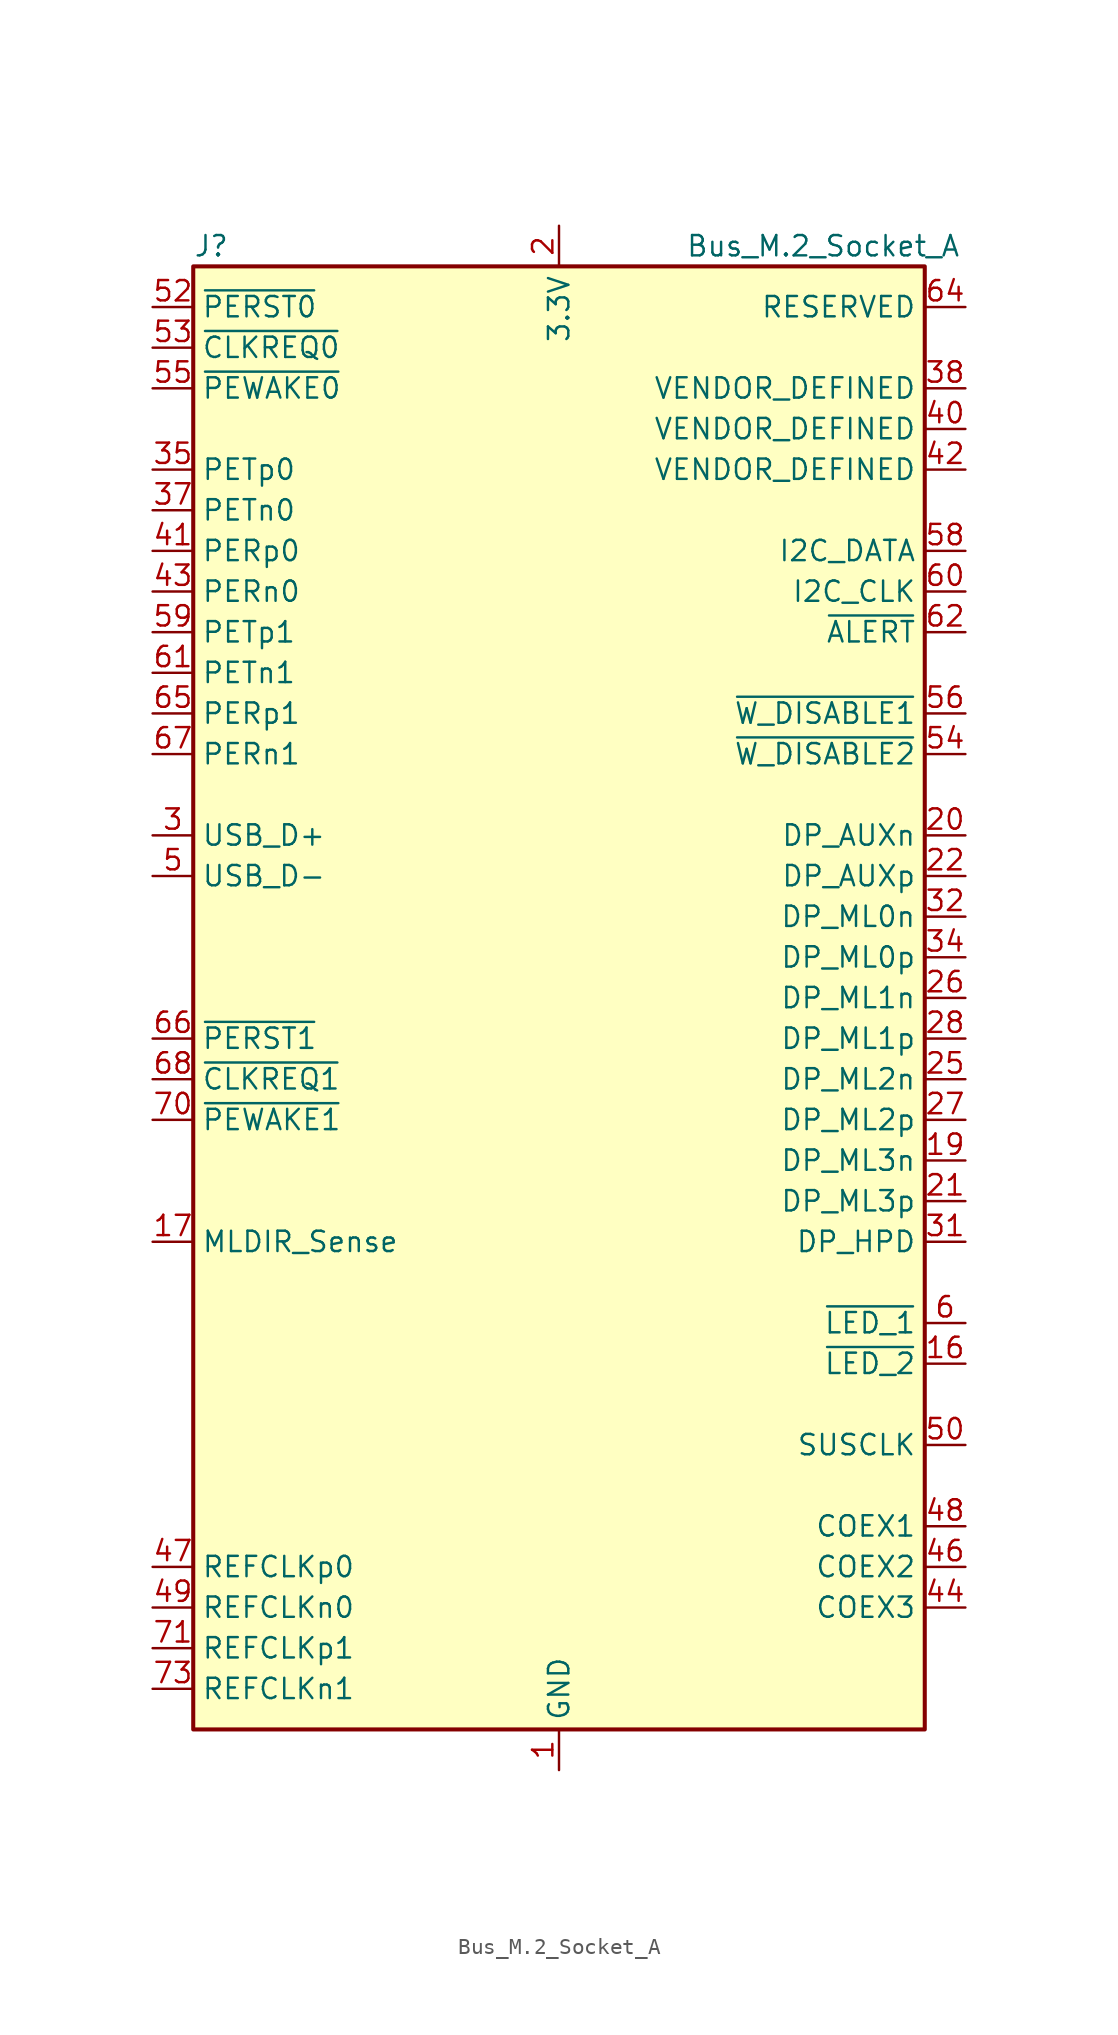
<source format=kicad_sym>
(kicad_symbol_lib
  (version 20220914)
  (generator kicad_symbol_editor)
  (symbol "Bus_M.2_Socket_A"
    (property "Reference" "J"
      (at -22.86 46.99 0)
      (effects (font (size 1.27 1.27)) (justify left)))
    (property "Value" "Bus_M.2_Socket_A"
      (at 16.51 46.99 0)
      (effects (font (size 1.27 1.27))))
    (symbol "Bus_M.2_Socket_A_0_1"
      (rectangle (start -22.86 45.72) (end 22.86 -45.72) (stroke (width 0.254) (type default)) (fill (type background))))
    (symbol "Bus_M.2_Socket_A_1_1"
      (pin power_in line (at 0 -48.26 90) (length 2.54) (name "GND" (effects (font (size 1.27 1.27)))) (number "1" (effects (font (size 1.27 1.27)))))
      (pin open_collector line (at 25.4 -22.86 180) (length 2.54) (name "~{LED_2}" (effects (font (size 1.27 1.27)))) (number "16" (effects (font (size 1.27 1.27)))))
      (pin input line (at -25.4 -15.24 0) (length 2.54) (name "MLDIR_Sense" (effects (font (size 1.27 1.27)))) (number "17" (effects (font (size 1.27 1.27)))))
      (pin passive line (at 0 -48.26 90) (length 2.54) hide (name "GND" (effects (font (size 1.27 1.27)))) (number "18" (effects (font (size 1.27 1.27)))))
      (pin bidirectional line (at 25.4 -10.16 180) (length 2.54) (name "DP_ML3n" (effects (font (size 1.27 1.27)))) (number "19" (effects (font (size 1.27 1.27)))))
      (pin power_in line (at 0 48.26 270) (length 2.54) (name "3.3V" (effects (font (size 1.27 1.27)))) (number "2" (effects (font (size 1.27 1.27)))))
      (pin bidirectional line (at 25.4 10.16 180) (length 2.54) (name "DP_AUXn" (effects (font (size 1.27 1.27)))) (number "20" (effects (font (size 1.27 1.27)))))
      (pin bidirectional line (at 25.4 -12.7 180) (length 2.54) (name "DP_ML3p" (effects (font (size 1.27 1.27)))) (number "21" (effects (font (size 1.27 1.27)))))
      (pin bidirectional line (at 25.4 7.62 180) (length 2.54) (name "DP_AUXp" (effects (font (size 1.27 1.27)))) (number "22" (effects (font (size 1.27 1.27)))))
      (pin passive line (at 0 -48.26 90) (length 2.54) hide (name "GND" (effects (font (size 1.27 1.27)))) (number "23" (effects (font (size 1.27 1.27)))))
      (pin passive line (at 0 -48.26 90) (length 2.54) hide (name "GND" (effects (font (size 1.27 1.27)))) (number "24" (effects (font (size 1.27 1.27)))))
      (pin bidirectional line (at 25.4 -5.08 180) (length 2.54) (name "DP_ML2n" (effects (font (size 1.27 1.27)))) (number "25" (effects (font (size 1.27 1.27)))))
      (pin bidirectional line (at 25.4 0 180) (length 2.54) (name "DP_ML1n" (effects (font (size 1.27 1.27)))) (number "26" (effects (font (size 1.27 1.27)))))
      (pin bidirectional line (at 25.4 -7.62 180) (length 2.54) (name "DP_ML2p" (effects (font (size 1.27 1.27)))) (number "27" (effects (font (size 1.27 1.27)))))
      (pin bidirectional line (at 25.4 -2.54 180) (length 2.54) (name "DP_ML1p" (effects (font (size 1.27 1.27)))) (number "28" (effects (font (size 1.27 1.27)))))
      (pin passive line (at 0 -48.26 90) (length 2.54) hide (name "GND" (effects (font (size 1.27 1.27)))) (number "29" (effects (font (size 1.27 1.27)))))
      (pin bidirectional line (at -25.4 10.16 0) (length 2.54) (name "USB_D+" (effects (font (size 1.27 1.27)))) (number "3" (effects (font (size 1.27 1.27)))))
      (pin passive line (at 0 -48.26 90) (length 2.54) hide (name "GND" (effects (font (size 1.27 1.27)))) (number "30" (effects (font (size 1.27 1.27)))))
      (pin bidirectional line (at 25.4 -15.24 180) (length 2.54) (name "DP_HPD" (effects (font (size 1.27 1.27)))) (number "31" (effects (font (size 1.27 1.27)))))
      (pin bidirectional line (at 25.4 5.08 180) (length 2.54) (name "DP_ML0n" (effects (font (size 1.27 1.27)))) (number "32" (effects (font (size 1.27 1.27)))))
      (pin passive line (at 0 -48.26 90) (length 2.54) hide (name "GND" (effects (font (size 1.27 1.27)))) (number "33" (effects (font (size 1.27 1.27)))))
      (pin bidirectional line (at 25.4 2.54 180) (length 2.54) (name "DP_ML0p" (effects (font (size 1.27 1.27)))) (number "34" (effects (font (size 1.27 1.27)))))
      (pin output line (at -25.4 33.02 0) (length 2.54) (name "PETp0" (effects (font (size 1.27 1.27)))) (number "35" (effects (font (size 1.27 1.27)))))
      (pin passive line (at 0 -48.26 90) (length 2.54) hide (name "GND" (effects (font (size 1.27 1.27)))) (number "36" (effects (font (size 1.27 1.27)))))
      (pin output line (at -25.4 30.48 0) (length 2.54) (name "PETn0" (effects (font (size 1.27 1.27)))) (number "37" (effects (font (size 1.27 1.27)))))
      (pin passive line (at 25.4 38.1 180) (length 2.54) (name "VENDOR_DEFINED" (effects (font (size 1.27 1.27)))) (number "38" (effects (font (size 1.27 1.27)))))
      (pin passive line (at 0 -48.26 90) (length 2.54) hide (name "GND" (effects (font (size 1.27 1.27)))) (number "39" (effects (font (size 1.27 1.27)))))
      (pin passive line (at 0 48.26 270) (length 2.54) hide (name "3.3V" (effects (font (size 1.27 1.27)))) (number "4" (effects (font (size 1.27 1.27)))))
      (pin passive line (at 25.4 35.56 180) (length 2.54) (name "VENDOR_DEFINED" (effects (font (size 1.27 1.27)))) (number "40" (effects (font (size 1.27 1.27)))))
      (pin input line (at -25.4 27.94 0) (length 2.54) (name "PERp0" (effects (font (size 1.27 1.27)))) (number "41" (effects (font (size 1.27 1.27)))))
      (pin passive line (at 25.4 33.02 180) (length 2.54) (name "VENDOR_DEFINED" (effects (font (size 1.27 1.27)))) (number "42" (effects (font (size 1.27 1.27)))))
      (pin input line (at -25.4 25.4 0) (length 2.54) (name "PERn0" (effects (font (size 1.27 1.27)))) (number "43" (effects (font (size 1.27 1.27)))))
      (pin bidirectional line (at 25.4 -38.1 180) (length 2.54) (name "COEX3" (effects (font (size 1.27 1.27)))) (number "44" (effects (font (size 1.27 1.27)))))
      (pin passive line (at 0 -48.26 90) (length 2.54) hide (name "GND" (effects (font (size 1.27 1.27)))) (number "45" (effects (font (size 1.27 1.27)))))
      (pin bidirectional line (at 25.4 -35.56 180) (length 2.54) (name "COEX2" (effects (font (size 1.27 1.27)))) (number "46" (effects (font (size 1.27 1.27)))))
      (pin output line (at -25.4 -35.56 0) (length 2.54) (name "REFCLKp0" (effects (font (size 1.27 1.27)))) (number "47" (effects (font (size 1.27 1.27)))))
      (pin bidirectional line (at 25.4 -33.02 180) (length 2.54) (name "COEX1" (effects (font (size 1.27 1.27)))) (number "48" (effects (font (size 1.27 1.27)))))
      (pin output line (at -25.4 -38.1 0) (length 2.54) (name "REFCLKn0" (effects (font (size 1.27 1.27)))) (number "49" (effects (font (size 1.27 1.27)))))
      (pin bidirectional line (at -25.4 7.62 0) (length 2.54) (name "USB_D-" (effects (font (size 1.27 1.27)))) (number "5" (effects (font (size 1.27 1.27)))))
      (pin output line (at 25.4 -27.94 180) (length 2.54) (name "SUSCLK" (effects (font (size 1.27 1.27)))) (number "50" (effects (font (size 1.27 1.27)))))
      (pin passive line (at 0 -48.26 90) (length 2.54) hide (name "GND" (effects (font (size 1.27 1.27)))) (number "51" (effects (font (size 1.27 1.27)))))
      (pin output line (at -25.4 43.18 0) (length 2.54) (name "~{PERST0}" (effects (font (size 1.27 1.27)))) (number "52" (effects (font (size 1.27 1.27)))))
      (pin bidirectional line (at -25.4 40.64 0) (length 2.54) (name "~{CLKREQ0}" (effects (font (size 1.27 1.27)))) (number "53" (effects (font (size 1.27 1.27)))))
      (pin output line (at 25.4 15.24 180) (length 2.54) (name "~{W_DISABLE2}" (effects (font (size 1.27 1.27)))) (number "54" (effects (font (size 1.27 1.27)))))
      (pin bidirectional line (at -25.4 38.1 0) (length 2.54) (name "~{PEWAKE0}" (effects (font (size 1.27 1.27)))) (number "55" (effects (font (size 1.27 1.27)))))
      (pin output line (at 25.4 17.78 180) (length 2.54) (name "~{W_DISABLE1}" (effects (font (size 1.27 1.27)))) (number "56" (effects (font (size 1.27 1.27)))))
      (pin passive line (at 0 -48.26 90) (length 2.54) hide (name "GND" (effects (font (size 1.27 1.27)))) (number "57" (effects (font (size 1.27 1.27)))))
      (pin bidirectional line (at 25.4 27.94 180) (length 2.54) (name "I2C_DATA" (effects (font (size 1.27 1.27)))) (number "58" (effects (font (size 1.27 1.27)))))
      (pin output line (at -25.4 22.86 0) (length 2.54) (name "PETp1" (effects (font (size 1.27 1.27)))) (number "59" (effects (font (size 1.27 1.27)))))
      (pin open_collector line (at 25.4 -20.32 180) (length 2.54) (name "~{LED_1}" (effects (font (size 1.27 1.27)))) (number "6" (effects (font (size 1.27 1.27)))))
      (pin output line (at 25.4 25.4 180) (length 2.54) (name "I2C_CLK" (effects (font (size 1.27 1.27)))) (number "60" (effects (font (size 1.27 1.27)))))
      (pin output line (at -25.4 20.32 0) (length 2.54) (name "PETn1" (effects (font (size 1.27 1.27)))) (number "61" (effects (font (size 1.27 1.27)))))
      (pin input line (at 25.4 22.86 180) (length 2.54) (name "~{ALERT}" (effects (font (size 1.27 1.27)))) (number "62" (effects (font (size 1.27 1.27)))))
      (pin passive line (at 0 -48.26 90) (length 2.54) hide (name "GND" (effects (font (size 1.27 1.27)))) (number "63" (effects (font (size 1.27 1.27)))))
      (pin passive line (at 25.4 43.18 180) (length 2.54) (name "RESERVED" (effects (font (size 1.27 1.27)))) (number "64" (effects (font (size 1.27 1.27)))))
      (pin input line (at -25.4 17.78 0) (length 2.54) (name "PERp1" (effects (font (size 1.27 1.27)))) (number "65" (effects (font (size 1.27 1.27)))))
      (pin output line (at -25.4 -2.54 0) (length 2.54) (name "~{PERST1}" (effects (font (size 1.27 1.27)))) (number "66" (effects (font (size 1.27 1.27)))))
      (pin input line (at -25.4 15.24 0) (length 2.54) (name "PERn1" (effects (font (size 1.27 1.27)))) (number "67" (effects (font (size 1.27 1.27)))))
      (pin bidirectional line (at -25.4 -5.08 0) (length 2.54) (name "~{CLKREQ1}" (effects (font (size 1.27 1.27)))) (number "68" (effects (font (size 1.27 1.27)))))
      (pin passive line (at 0 -48.26 90) (length 2.54) hide (name "GND" (effects (font (size 1.27 1.27)))) (number "69" (effects (font (size 1.27 1.27)))))
      (pin passive line (at 0 -48.26 90) (length 2.54) hide (name "GND" (effects (font (size 1.27 1.27)))) (number "7" (effects (font (size 1.27 1.27)))))
      (pin bidirectional line (at -25.4 -7.62 0) (length 2.54) (name "~{PEWAKE1}" (effects (font (size 1.27 1.27)))) (number "70" (effects (font (size 1.27 1.27)))))
      (pin output line (at -25.4 -40.64 0) (length 2.54) (name "REFCLKp1" (effects (font (size 1.27 1.27)))) (number "71" (effects (font (size 1.27 1.27)))))
      (pin passive line (at 0 48.26 270) (length 2.54) hide (name "3.3V" (effects (font (size 1.27 1.27)))) (number "72" (effects (font (size 1.27 1.27)))))
      (pin output line (at -25.4 -43.18 0) (length 2.54) (name "REFCLKn1" (effects (font (size 1.27 1.27)))) (number "73" (effects (font (size 1.27 1.27)))))
      (pin passive line (at 0 48.26 270) (length 2.54) hide (name "3.3V" (effects (font (size 1.27 1.27)))) (number "74" (effects (font (size 1.27 1.27)))))
      (pin passive line (at 0 -48.26 90) (length 2.54) hide (name "GND" (effects (font (size 1.27 1.27)))) (number "75" (effects (font (size 1.27 1.27))))))))
</source>
